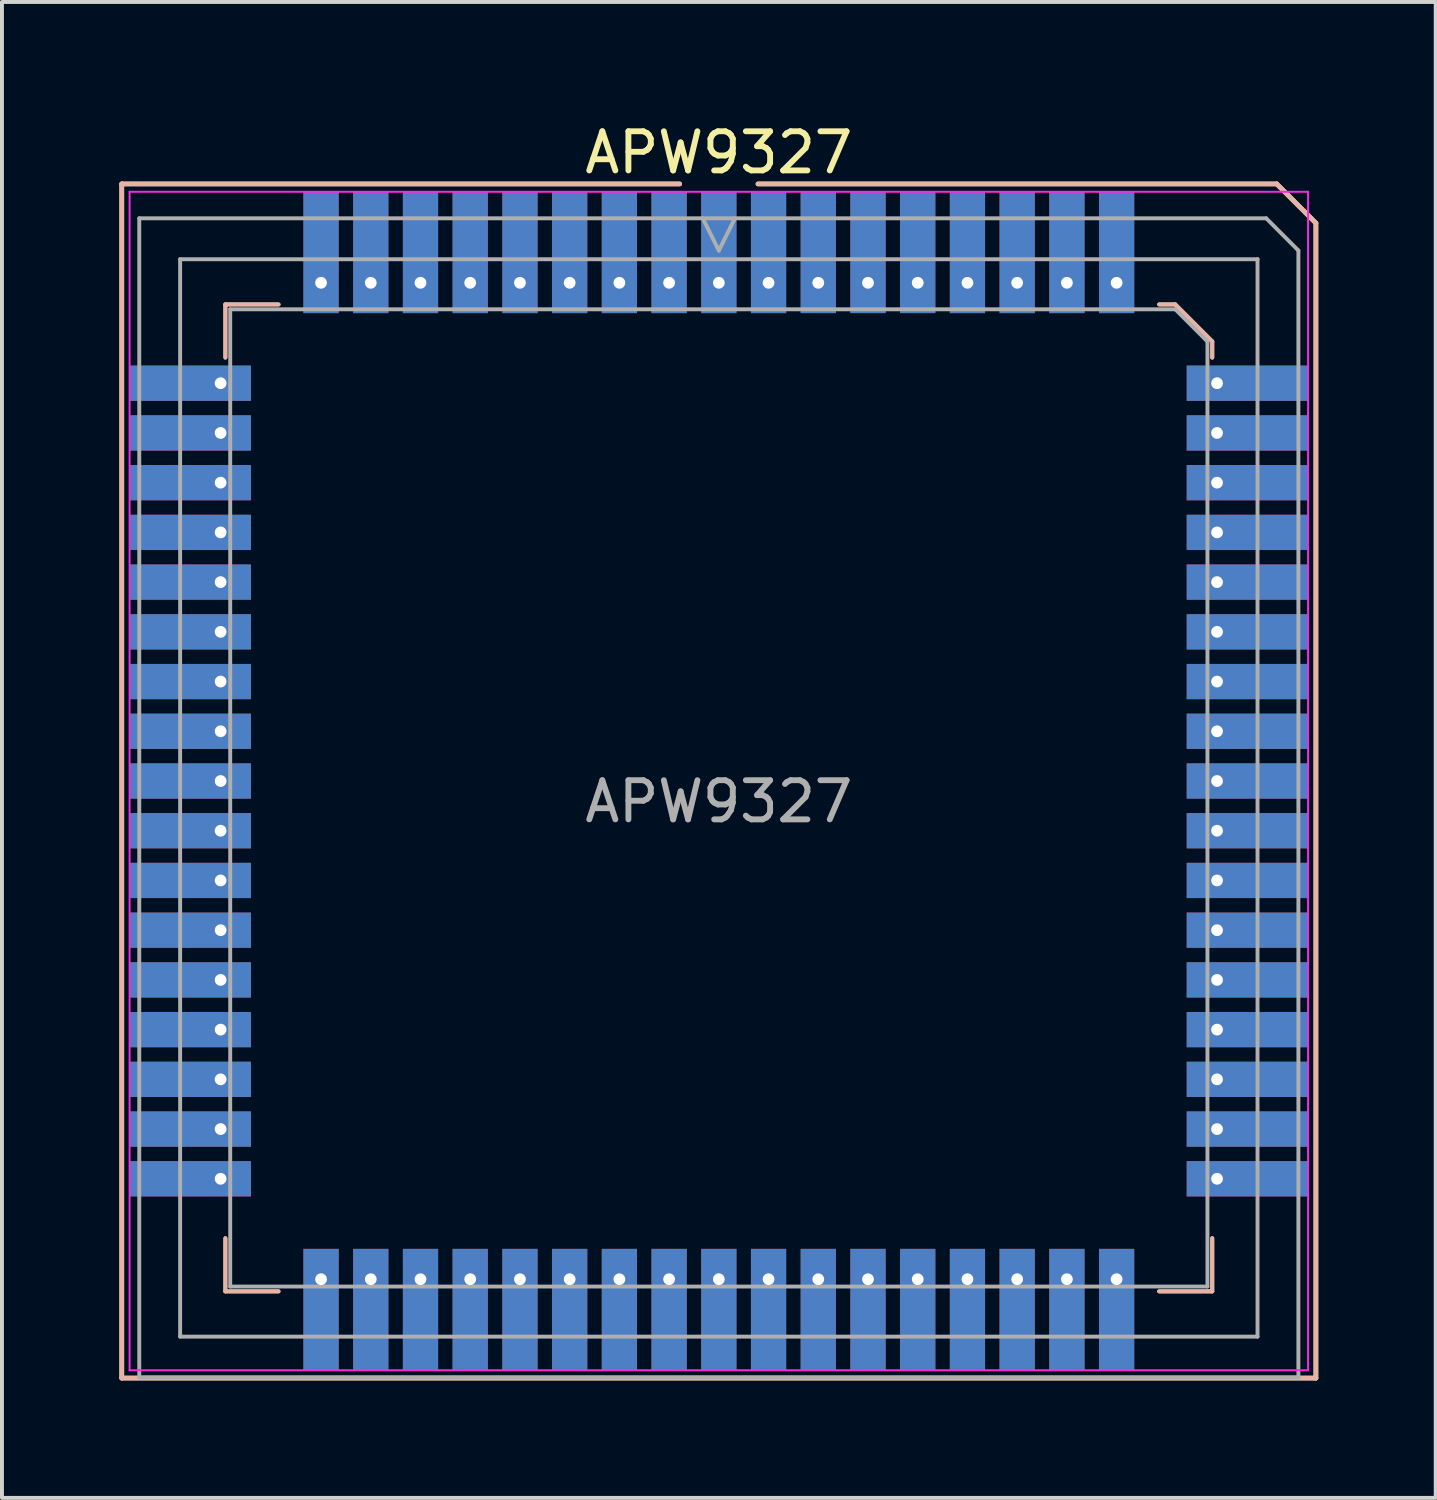
<source format=kicad_pcb>
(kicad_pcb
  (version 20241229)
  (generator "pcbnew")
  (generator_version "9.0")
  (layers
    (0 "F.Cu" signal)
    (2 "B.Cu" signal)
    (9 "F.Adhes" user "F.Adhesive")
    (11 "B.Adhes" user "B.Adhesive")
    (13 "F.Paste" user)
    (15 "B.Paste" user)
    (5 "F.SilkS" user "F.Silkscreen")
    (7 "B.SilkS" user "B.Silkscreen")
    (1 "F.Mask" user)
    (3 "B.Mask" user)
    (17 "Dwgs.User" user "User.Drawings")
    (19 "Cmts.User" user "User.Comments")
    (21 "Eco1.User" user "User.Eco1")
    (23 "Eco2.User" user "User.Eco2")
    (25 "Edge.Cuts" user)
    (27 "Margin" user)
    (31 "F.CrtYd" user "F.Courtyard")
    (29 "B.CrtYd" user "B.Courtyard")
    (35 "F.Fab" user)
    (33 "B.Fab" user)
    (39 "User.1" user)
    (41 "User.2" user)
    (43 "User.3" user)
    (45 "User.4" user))
  (footprint "APW9327"
    (layer "F.Cu")
    (at 15.31 16.898)
    (property "Reference" "APW9327" (at 0 -16.05 180) (layer "F.SilkS") (effects (font (size 1 1) (thickness 0.15))))
    (attr smd)
    (fp_line (start -15.25 -15.25) (end -1 -15.25) (stroke (width 0.12) (type solid)) (layer "F.SilkS"))
    (fp_line (start -15.25 15.25) (end -15.25 -15.25) (stroke (width 0.12) (type solid)) (layer "F.SilkS"))
    (fp_line (start -12.603 -12.172) (end -12.603 -10.815) (stroke (width 0.1) (type solid)) (layer "F.SilkS"))
    (fp_line (start -12.603 13.035) (end -12.603 11.678) (stroke (width 0.1) (type solid)) (layer "F.SilkS"))
    (fp_line (start -11.246 -12.172) (end -12.603 -12.172) (stroke (width 0.1) (type solid)) (layer "F.SilkS"))
    (fp_line (start -11.246 13.035) (end -12.603 13.035) (stroke (width 0.1) (type solid)) (layer "F.SilkS"))
    (fp_line (start 1 -15.25) (end 14.25 -15.25) (stroke (width 0.12) (type solid)) (layer "F.SilkS"))
    (fp_line (start 11.246 -12.172) (end 11.658 -12.172) (stroke (width 0.1) (type solid)) (layer "F.SilkS"))
    (fp_line (start 11.246 13.035) (end 12.603 13.035) (stroke (width 0.1) (type solid)) (layer "F.SilkS"))
    (fp_line (start 11.658 -12.172) (end 12.603 -11.226) (stroke (width 0.1) (type solid)) (layer "F.SilkS"))
    (fp_line (start 12.603 -11.226) (end 12.603 -10.815) (stroke (width 0.1) (type solid)) (layer "F.SilkS"))
    (fp_line (start 12.603 13.035) (end 12.603 11.678) (stroke (width 0.1) (type solid)) (layer "F.SilkS"))
    (fp_line (start 14.25 -15.25) (end 15.25 -14.25) (stroke (width 0.12) (type solid)) (layer "F.SilkS"))
    (fp_line (start 15.25 -14.25) (end 15.25 15.25) (stroke (width 0.12) (type solid)) (layer "F.SilkS"))
    (fp_line (start 15.25 15.25) (end -15.25 15.25) (stroke (width 0.12) (type solid)) (layer "F.SilkS"))
    (fp_line (start -15.25 -15.25) (end -1 -15.25) (stroke (width 0.12) (type solid)) (layer "B.SilkS"))
    (fp_line (start -15.25 15.25) (end -15.25 -15.25) (stroke (width 0.12) (type solid)) (layer "B.SilkS"))
    (fp_line (start -12.603 -12.172) (end -12.603 -10.815) (stroke (width 0.1) (type solid)) (layer "B.SilkS"))
    (fp_line (start -12.603 13.035) (end -12.603 11.678) (stroke (width 0.1) (type solid)) (layer "B.SilkS"))
    (fp_line (start -11.246 -12.172) (end -12.603 -12.172) (stroke (width 0.1) (type solid)) (layer "B.SilkS"))
    (fp_line (start -11.246 13.035) (end -12.603 13.035) (stroke (width 0.1) (type solid)) (layer "B.SilkS"))
    (fp_line (start 1 -15.25) (end 14.25 -15.25) (stroke (width 0.12) (type solid)) (layer "B.SilkS"))
    (fp_line (start 11.246 -12.172) (end 11.658 -12.172) (stroke (width 0.1) (type solid)) (layer "B.SilkS"))
    (fp_line (start 11.246 13.035) (end 12.603 13.035) (stroke (width 0.1) (type solid)) (layer "B.SilkS"))
    (fp_line (start 11.658 -12.172) (end 12.603 -11.226) (stroke (width 0.1) (type solid)) (layer "B.SilkS"))
    (fp_line (start 12.603 -11.226) (end 12.603 -10.815) (stroke (width 0.1) (type solid)) (layer "B.SilkS"))
    (fp_line (start 12.603 13.035) (end 12.603 11.678) (stroke (width 0.1) (type solid)) (layer "B.SilkS"))
    (fp_line (start 14.25 -15.25) (end 15.25 -14.25) (stroke (width 0.12) (type solid)) (layer "B.SilkS"))
    (fp_line (start 15.25 -14.25) (end 15.25 15.25) (stroke (width 0.12) (type solid)) (layer "B.SilkS"))
    (fp_line (start 15.25 15.25) (end -15.25 15.25) (stroke (width 0.12) (type solid)) (layer "B.SilkS"))
    (fp_line (start -15.05 -15.05) (end 15.05 -15.05) (stroke (width 0.05) (type solid)) (layer "F.CrtYd"))
    (fp_line (start -15.05 15.05) (end -15.05 -15.05) (stroke (width 0.05) (type solid)) (layer "F.CrtYd"))
    (fp_line (start 15.05 -15.05) (end 15.05 15.05) (stroke (width 0.05) (type solid)) (layer "F.CrtYd"))
    (fp_line (start 15.05 15.05) (end -15.05 15.05) (stroke (width 0.05) (type solid)) (layer "F.CrtYd"))
    (fp_line (start -14.803 -14.372) (end 13.981 -14.372) (stroke (width 0.1) (type solid)) (layer "F.Fab"))
    (fp_line (start -14.803 15.235) (end -14.803 -14.372) (stroke (width 0.1) (type solid)) (layer "F.Fab"))
    (fp_line (start -13.759 -13.327) (end 13.759 -13.327) (stroke (width 0.1) (type solid)) (layer "F.Fab"))
    (fp_line (start -13.759 14.191) (end -13.759 -13.327) (stroke (width 0.1) (type solid)) (layer "F.Fab"))
    (fp_line (start -12.48 -12.048) (end 11.658 -12.048) (stroke (width 0.1) (type solid)) (layer "F.Fab"))
    (fp_line (start -12.48 12.912) (end -12.48 -12.048) (stroke (width 0.1) (type solid)) (layer "F.Fab"))
    (fp_line (start 0 -13.549) (end -0.411 -14.372) (stroke (width 0.1) (type solid)) (layer "F.Fab"))
    (fp_line (start 0.411 -14.372) (end 0 -13.549) (stroke (width 0.1) (type solid)) (layer "F.Fab"))
    (fp_line (start 11.658 -12.048) (end 12.48 -11.226) (stroke (width 0.1) (type solid)) (layer "F.Fab"))
    (fp_line (start 12.48 -11.226) (end 12.48 12.912) (stroke (width 0.1) (type solid)) (layer "F.Fab"))
    (fp_line (start 12.48 12.912) (end -12.48 12.912) (stroke (width 0.1) (type solid)) (layer "F.Fab"))
    (fp_line (start 13.759 -13.327) (end 13.759 14.191) (stroke (width 0.1) (type solid)) (layer "F.Fab"))
    (fp_line (start 13.759 14.191) (end -13.759 14.191) (stroke (width 0.1) (type solid)) (layer "F.Fab"))
    (fp_line (start 13.981 -14.372) (end 14.803 -13.549) (stroke (width 0.1) (type solid)) (layer "F.Fab"))
    (fp_line (start 14.803 -13.549) (end 14.803 15.235) (stroke (width 0.1) (type solid)) (layer "F.Fab"))
    (fp_line (start 14.803 15.235) (end -14.803 15.235) (stroke (width 0.1) (type solid)) (layer "F.Fab"))
    (fp_text user "${REFERENCE}" (at 0 0.525 180) (layer "F.Fab") (effects (font (size 1 1) (thickness 0.15))))
    (pad "1" thru_hole rect (at 0 -12.725) (size 0.9 3.1) (drill 0.3 (offset 0 -0.775)) (layers "*.Cu" "*.Mask"))
    (pad "2" thru_hole rect (at 1.27 -12.725) (size 0.9 3.1) (drill 0.3 (offset 0 -0.775)) (layers "*.Cu" "*.Mask"))
    (pad "3" thru_hole rect (at 2.54 -12.725) (size 0.9 3.1) (drill 0.3 (offset 0 -0.775)) (layers "*.Cu" "*.Mask"))
    (pad "4" thru_hole rect (at 3.81 -12.725) (size 0.9 3.1) (drill 0.3 (offset 0 -0.775)) (layers "*.Cu" "*.Mask"))
    (pad "5" thru_hole rect (at 5.08 -12.725) (size 0.9 3.1) (drill 0.3 (offset 0 -0.775)) (layers "*.Cu" "*.Mask"))
    (pad "6" thru_hole rect (at 6.35 -12.725) (size 0.9 3.1) (drill 0.3 (offset 0 -0.775)) (layers "*.Cu" "*.Mask"))
    (pad "7" thru_hole rect (at 7.62 -12.725) (size 0.9 3.1) (drill 0.3 (offset 0 -0.775)) (layers "*.Cu" "*.Mask"))
    (pad "8" thru_hole rect (at 8.89 -12.725) (size 0.9 3.1) (drill 0.3 (offset 0 -0.775)) (layers "*.Cu" "*.Mask"))
    (pad "9" thru_hole rect (at 10.16 -12.725) (size 0.9 3.1) (drill 0.3 (offset 0 -0.775)) (layers "*.Cu" "*.Mask"))
    (pad "10" thru_hole rect (at 12.725 -10.16) (size 3.1 0.9) (drill 0.3 (offset 0.775 0)) (layers "*.Cu" "*.Mask"))
    (pad "11" thru_hole rect (at 12.725 -8.89) (size 3.1 0.9) (drill 0.3 (offset 0.775 0)) (layers "*.Cu" "*.Mask"))
    (pad "12" thru_hole rect (at 12.725 -7.62) (size 3.1 0.9) (drill 0.3 (offset 0.775 0)) (layers "*.Cu" "*.Mask"))
    (pad "13" thru_hole rect (at 12.725 -6.35) (size 3.1 0.9) (drill 0.3 (offset 0.775 0)) (layers "*.Cu" "*.Mask"))
    (pad "14" thru_hole rect (at 12.725 -5.08) (size 3.1 0.9) (drill 0.3 (offset 0.775 0)) (layers "*.Cu" "*.Mask"))
    (pad "15" thru_hole rect (at 12.725 -3.81) (size 3.1 0.9) (drill 0.3 (offset 0.775 0)) (layers "*.Cu" "*.Mask"))
    (pad "16" thru_hole rect (at 12.725 -2.54) (size 3.1 0.9) (drill 0.3 (offset 0.775 0)) (layers "*.Cu" "*.Mask"))
    (pad "17" thru_hole rect (at 12.725 -1.27) (size 3.1 0.9) (drill 0.3 (offset 0.775 0)) (layers "*.Cu" "*.Mask"))
    (pad "18" thru_hole rect (at 12.725 0) (size 3.1 0.9) (drill 0.3 (offset 0.775 0)) (layers "*.Cu" "*.Mask"))
    (pad "19" thru_hole rect (at 12.725 1.27) (size 3.1 0.9) (drill 0.3 (offset 0.775 0)) (layers "*.Cu" "*.Mask"))
    (pad "20" thru_hole rect (at 12.725 2.54) (size 3.1 0.9) (drill 0.3 (offset 0.775 0)) (layers "*.Cu" "*.Mask"))
    (pad "21" thru_hole rect (at 12.725 3.81) (size 3.1 0.9) (drill 0.3 (offset 0.775 0)) (layers "*.Cu" "*.Mask"))
    (pad "22" thru_hole rect (at 12.725 5.08) (size 3.1 0.9) (drill 0.3 (offset 0.775 0)) (layers "*.Cu" "*.Mask"))
    (pad "23" thru_hole rect (at 12.725 6.35) (size 3.1 0.9) (drill 0.3 (offset 0.775 0)) (layers "*.Cu" "*.Mask"))
    (pad "24" thru_hole rect (at 12.725 7.62) (size 3.1 0.9) (drill 0.3 (offset 0.775 0)) (layers "*.Cu" "*.Mask"))
    (pad "25" thru_hole rect (at 12.725 8.89) (size 3.1 0.9) (drill 0.3 (offset 0.775 0)) (layers "*.Cu" "*.Mask"))
    (pad "26" thru_hole rect (at 12.725 10.16) (size 3.1 0.9) (drill 0.3 (offset 0.775 0)) (layers "*.Cu" "*.Mask"))
    (pad "27" thru_hole rect (at 10.16 12.725) (size 0.9 3.1) (drill 0.3 (offset 0 0.775)) (layers "*.Cu" "*.Mask"))
    (pad "28" thru_hole rect (at 8.89 12.725) (size 0.9 3.1) (drill 0.3 (offset 0 0.775)) (layers "*.Cu" "*.Mask"))
    (pad "29" thru_hole rect (at 7.62 12.725) (size 0.9 3.1) (drill 0.3 (offset 0 0.775)) (layers "*.Cu" "*.Mask"))
    (pad "30" thru_hole rect (at 6.35 12.725) (size 0.9 3.1) (drill 0.3 (offset 0 0.775)) (layers "*.Cu" "*.Mask"))
    (pad "31" thru_hole rect (at 5.08 12.725) (size 0.9 3.1) (drill 0.3 (offset 0 0.775)) (layers "*.Cu" "*.Mask"))
    (pad "32" thru_hole rect (at 3.81 12.725) (size 0.9 3.1) (drill 0.3 (offset 0 0.775)) (layers "*.Cu" "*.Mask"))
    (pad "33" thru_hole rect (at 2.54 12.725) (size 0.9 3.1) (drill 0.3 (offset 0 0.775)) (layers "*.Cu" "*.Mask"))
    (pad "34" thru_hole rect (at 1.27 12.725) (size 0.9 3.1) (drill 0.3 (offset 0 0.775)) (layers "*.Cu" "*.Mask"))
    (pad "35" thru_hole rect (at 0 12.725) (size 0.9 3.1) (drill 0.3 (offset 0 0.775)) (layers "*.Cu" "*.Mask"))
    (pad "36" thru_hole rect (at -1.27 12.725) (size 0.9 3.1) (drill 0.3 (offset 0 0.775)) (layers "*.Cu" "*.Mask"))
    (pad "37" thru_hole rect (at -2.54 12.725) (size 0.9 3.1) (drill 0.3 (offset 0 0.775)) (layers "*.Cu" "*.Mask"))
    (pad "38" thru_hole rect (at -3.81 12.725) (size 0.9 3.1) (drill 0.3 (offset 0 0.775)) (layers "*.Cu" "*.Mask"))
    (pad "39" thru_hole rect (at -5.08 12.725) (size 0.9 3.1) (drill 0.3 (offset 0 0.775)) (layers "*.Cu" "*.Mask"))
    (pad "40" thru_hole rect (at -6.35 12.725) (size 0.9 3.1) (drill 0.3 (offset 0 0.775)) (layers "*.Cu" "*.Mask"))
    (pad "41" thru_hole rect (at -7.62 12.725) (size 0.9 3.1) (drill 0.3 (offset 0 0.775)) (layers "*.Cu" "*.Mask"))
    (pad "42" thru_hole rect (at -8.89 12.725) (size 0.9 3.1) (drill 0.3 (offset 0 0.775)) (layers "*.Cu" "*.Mask"))
    (pad "43" thru_hole rect (at -10.16 12.725) (size 0.9 3.1) (drill 0.3 (offset 0 0.775)) (layers "*.Cu" "*.Mask"))
    (pad "44" thru_hole rect (at -12.725 10.16) (size 3.1 0.9) (drill 0.3 (offset -0.775 0)) (layers "*.Cu" "*.Mask"))
    (pad "45" thru_hole rect (at -12.725 8.89) (size 3.1 0.9) (drill 0.3 (offset -0.775 0)) (layers "*.Cu" "*.Mask"))
    (pad "46" thru_hole rect (at -12.725 7.62) (size 3.1 0.9) (drill 0.3 (offset -0.775 0)) (layers "*.Cu" "*.Mask"))
    (pad "47" thru_hole rect (at -12.725 6.35) (size 3.1 0.9) (drill 0.3 (offset -0.775 0)) (layers "*.Cu" "*.Mask"))
    (pad "48" thru_hole rect (at -12.725 5.08) (size 3.1 0.9) (drill 0.3 (offset -0.775 0)) (layers "*.Cu" "*.Mask"))
    (pad "49" thru_hole rect (at -12.725 3.81) (size 3.1 0.9) (drill 0.3 (offset -0.775 0)) (layers "*.Cu" "*.Mask"))
    (pad "50" thru_hole rect (at -12.725 2.54) (size 3.1 0.9) (drill 0.3 (offset -0.775 0)) (layers "*.Cu" "*.Mask"))
    (pad "51" thru_hole rect (at -12.725 1.27) (size 3.1 0.9) (drill 0.3 (offset -0.775 0)) (layers "*.Cu" "*.Mask"))
    (pad "52" thru_hole rect (at -12.725 0) (size 3.1 0.9) (drill 0.3 (offset -0.775 0)) (layers "*.Cu" "*.Mask"))
    (pad "53" thru_hole rect (at -12.725 -1.27) (size 3.1 0.9) (drill 0.3 (offset -0.775 0)) (layers "*.Cu" "*.Mask"))
    (pad "54" thru_hole rect (at -12.725 -2.54) (size 3.1 0.9) (drill 0.3 (offset -0.775 0)) (layers "*.Cu" "*.Mask"))
    (pad "55" thru_hole rect (at -12.725 -3.81) (size 3.1 0.9) (drill 0.3 (offset -0.775 0)) (layers "*.Cu" "*.Mask"))
    (pad "56" thru_hole rect (at -12.725 -5.08) (size 3.1 0.9) (drill 0.3 (offset -0.775 0)) (layers "*.Cu" "*.Mask"))
    (pad "57" thru_hole rect (at -12.725 -6.35) (size 3.1 0.9) (drill 0.3 (offset -0.775 0)) (layers "*.Cu" "*.Mask"))
    (pad "58" thru_hole rect (at -12.725 -7.62) (size 3.1 0.9) (drill 0.3 (offset -0.775 0)) (layers "*.Cu" "*.Mask"))
    (pad "59" thru_hole rect (at -12.725 -8.89) (size 3.1 0.9) (drill 0.3 (offset -0.775 0)) (layers "*.Cu" "*.Mask"))
    (pad "60" thru_hole rect (at -12.725 -10.16) (size 3.1 0.9) (drill 0.3 (offset -0.775 0)) (layers "*.Cu" "*.Mask"))
    (pad "61" thru_hole rect (at -10.16 -12.725) (size 0.9 3.1) (drill 0.3 (offset 0 -0.775)) (layers "*.Cu" "*.Mask"))
    (pad "62" thru_hole rect (at -8.89 -12.725) (size 0.9 3.1) (drill 0.3 (offset 0 -0.775)) (layers "*.Cu" "*.Mask"))
    (pad "63" thru_hole rect (at -7.62 -12.725) (size 0.9 3.1) (drill 0.3 (offset 0 -0.775)) (layers "*.Cu" "*.Mask"))
    (pad "64" thru_hole rect (at -6.35 -12.725) (size 0.9 3.1) (drill 0.3 (offset 0 -0.775)) (layers "*.Cu" "*.Mask"))
    (pad "65" thru_hole rect (at -5.08 -12.725) (size 0.9 3.1) (drill 0.3 (offset 0 -0.775)) (layers "*.Cu" "*.Mask"))
    (pad "66" thru_hole rect (at -3.81 -12.725) (size 0.9 3.1) (drill 0.3 (offset 0 -0.775)) (layers "*.Cu" "*.Mask"))
    (pad "67" thru_hole rect (at -2.54 -12.725) (size 0.9 3.1) (drill 0.3 (offset 0 -0.775)) (layers "*.Cu" "*.Mask"))
    (pad "68" thru_hole rect (at -1.27 -12.725) (size 0.9 3.1) (drill 0.3 (offset 0 -0.775)) (layers "*.Cu" "*.Mask")))
  (gr_rect
    (start -3 -3)
    (end 33.62 35.208)
    (stroke (width 0.1) (type default))
    (fill no)
    (layer "Edge.Cuts")))
</source>
